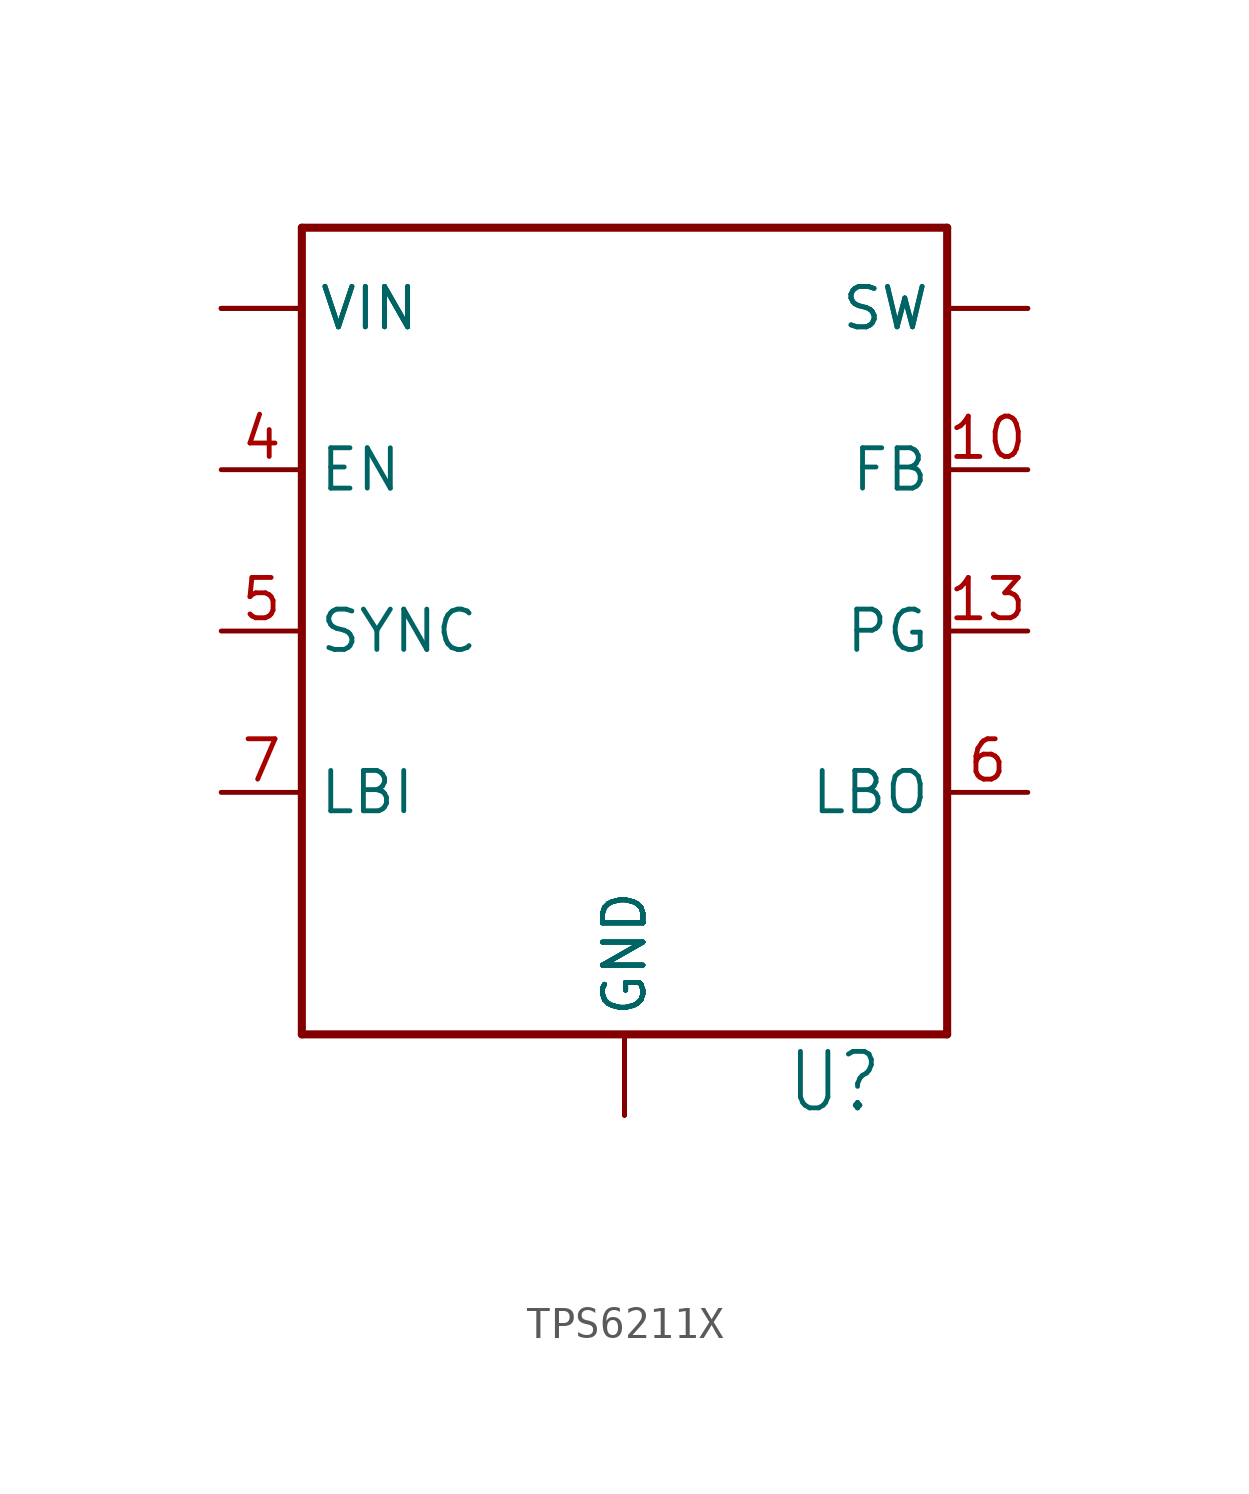
<source format=kicad_sym>
(kicad_symbol_lib
  (version 20220914)
  (generator kicad_symbol_editor)
  (symbol "TPS6211X"
    (property "Reference" "U"
      (at 5.08 -17.78 0)
      (effects (font (size 1.778 1.511)) (justify left bottom)))
    (property "Value" ""
      (at 5.08 -20.32 0)
      (effects (font (size 1.778 1.511)) (justify left bottom)))
    (property "ki_locked" ""
      (at 0 0 0)
      (effects (font (size 1.27 1.27))))
    (symbol "TPS6211X_1_0"
      (polyline (pts (xy -10.16 -15.24) (xy -10.16 10.16)) (stroke (width 0.254) (type solid)) (fill (type none)))
      (polyline (pts (xy -10.16 10.16) (xy 10.16 10.16)) (stroke (width 0.254) (type solid)) (fill (type none)))
      (polyline (pts (xy 10.16 -15.24) (xy -10.16 -15.24)) (stroke (width 0.254) (type solid)) (fill (type none)))
      (polyline (pts (xy 10.16 10.16) (xy 10.16 -15.24)) (stroke (width 0.254) (type solid)) (fill (type none)))
      (pin power_in line (at 0 -17.78 90) (length 2.54) (name "GND" (effects (font (size 1.27 1.27)))) (number "1" (effects (font (size 0 0)))))
      (pin input line (at 12.7 2.54 180) (length 2.54) (name "FB" (effects (font (size 1.27 1.27)))) (number "10" (effects (font (size 1.27 1.27)))))
      (pin power_in line (at 0 -17.78 90) (length 2.54) (name "GND" (effects (font (size 1.27 1.27)))) (number "11" (effects (font (size 0 0)))))
      (pin power_in line (at 0 -17.78 90) (length 2.54) (name "GND" (effects (font (size 1.27 1.27)))) (number "12" (effects (font (size 0 0)))))
      (pin open_collector line (at 12.7 -2.54 180) (length 2.54) (name "PG" (effects (font (size 1.27 1.27)))) (number "13" (effects (font (size 1.27 1.27)))))
      (pin output line (at 12.7 7.62 180) (length 2.54) (name "SW" (effects (font (size 1.27 1.27)))) (number "14" (effects (font (size 0 0)))))
      (pin output line (at 12.7 7.62 180) (length 2.54) (name "SW" (effects (font (size 1.27 1.27)))) (number "15" (effects (font (size 0 0)))))
      (pin power_in line (at 0 -17.78 90) (length 2.54) (name "GND" (effects (font (size 1.27 1.27)))) (number "16" (effects (font (size 0 0)))))
      (pin power_in line (at -12.7 7.62 0) (length 2.54) (name "VIN" (effects (font (size 1.27 1.27)))) (number "2" (effects (font (size 0 0)))))
      (pin power_in line (at -12.7 7.62 0) (length 2.54) (name "VIN" (effects (font (size 1.27 1.27)))) (number "3" (effects (font (size 0 0)))))
      (pin input line (at -12.7 2.54 0) (length 2.54) (name "EN" (effects (font (size 1.27 1.27)))) (number "4" (effects (font (size 1.27 1.27)))))
      (pin input line (at -12.7 -2.54 0) (length 2.54) (name "SYNC" (effects (font (size 1.27 1.27)))) (number "5" (effects (font (size 1.27 1.27)))))
      (pin open_collector line (at 12.7 -7.62 180) (length 2.54) (name "LBO" (effects (font (size 1.27 1.27)))) (number "6" (effects (font (size 1.27 1.27)))))
      (pin input line (at -12.7 -7.62 0) (length 2.54) (name "LBI" (effects (font (size 1.27 1.27)))) (number "7" (effects (font (size 1.27 1.27)))))
      (pin power_in line (at -12.7 7.62 0) (length 2.54) (name "VIN" (effects (font (size 1.27 1.27)))) (number "8" (effects (font (size 0 0)))))
      (pin power_in line (at 0 -17.78 90) (length 2.54) (name "GND" (effects (font (size 1.27 1.27)))) (number "9" (effects (font (size 0 0)))))
      (pin power_in line (at 0 -17.78 90) (length 2.54) (name "GND" (effects (font (size 1.27 1.27)))) (number "PAD" (effects (font (size 0 0))))))))
</source>
